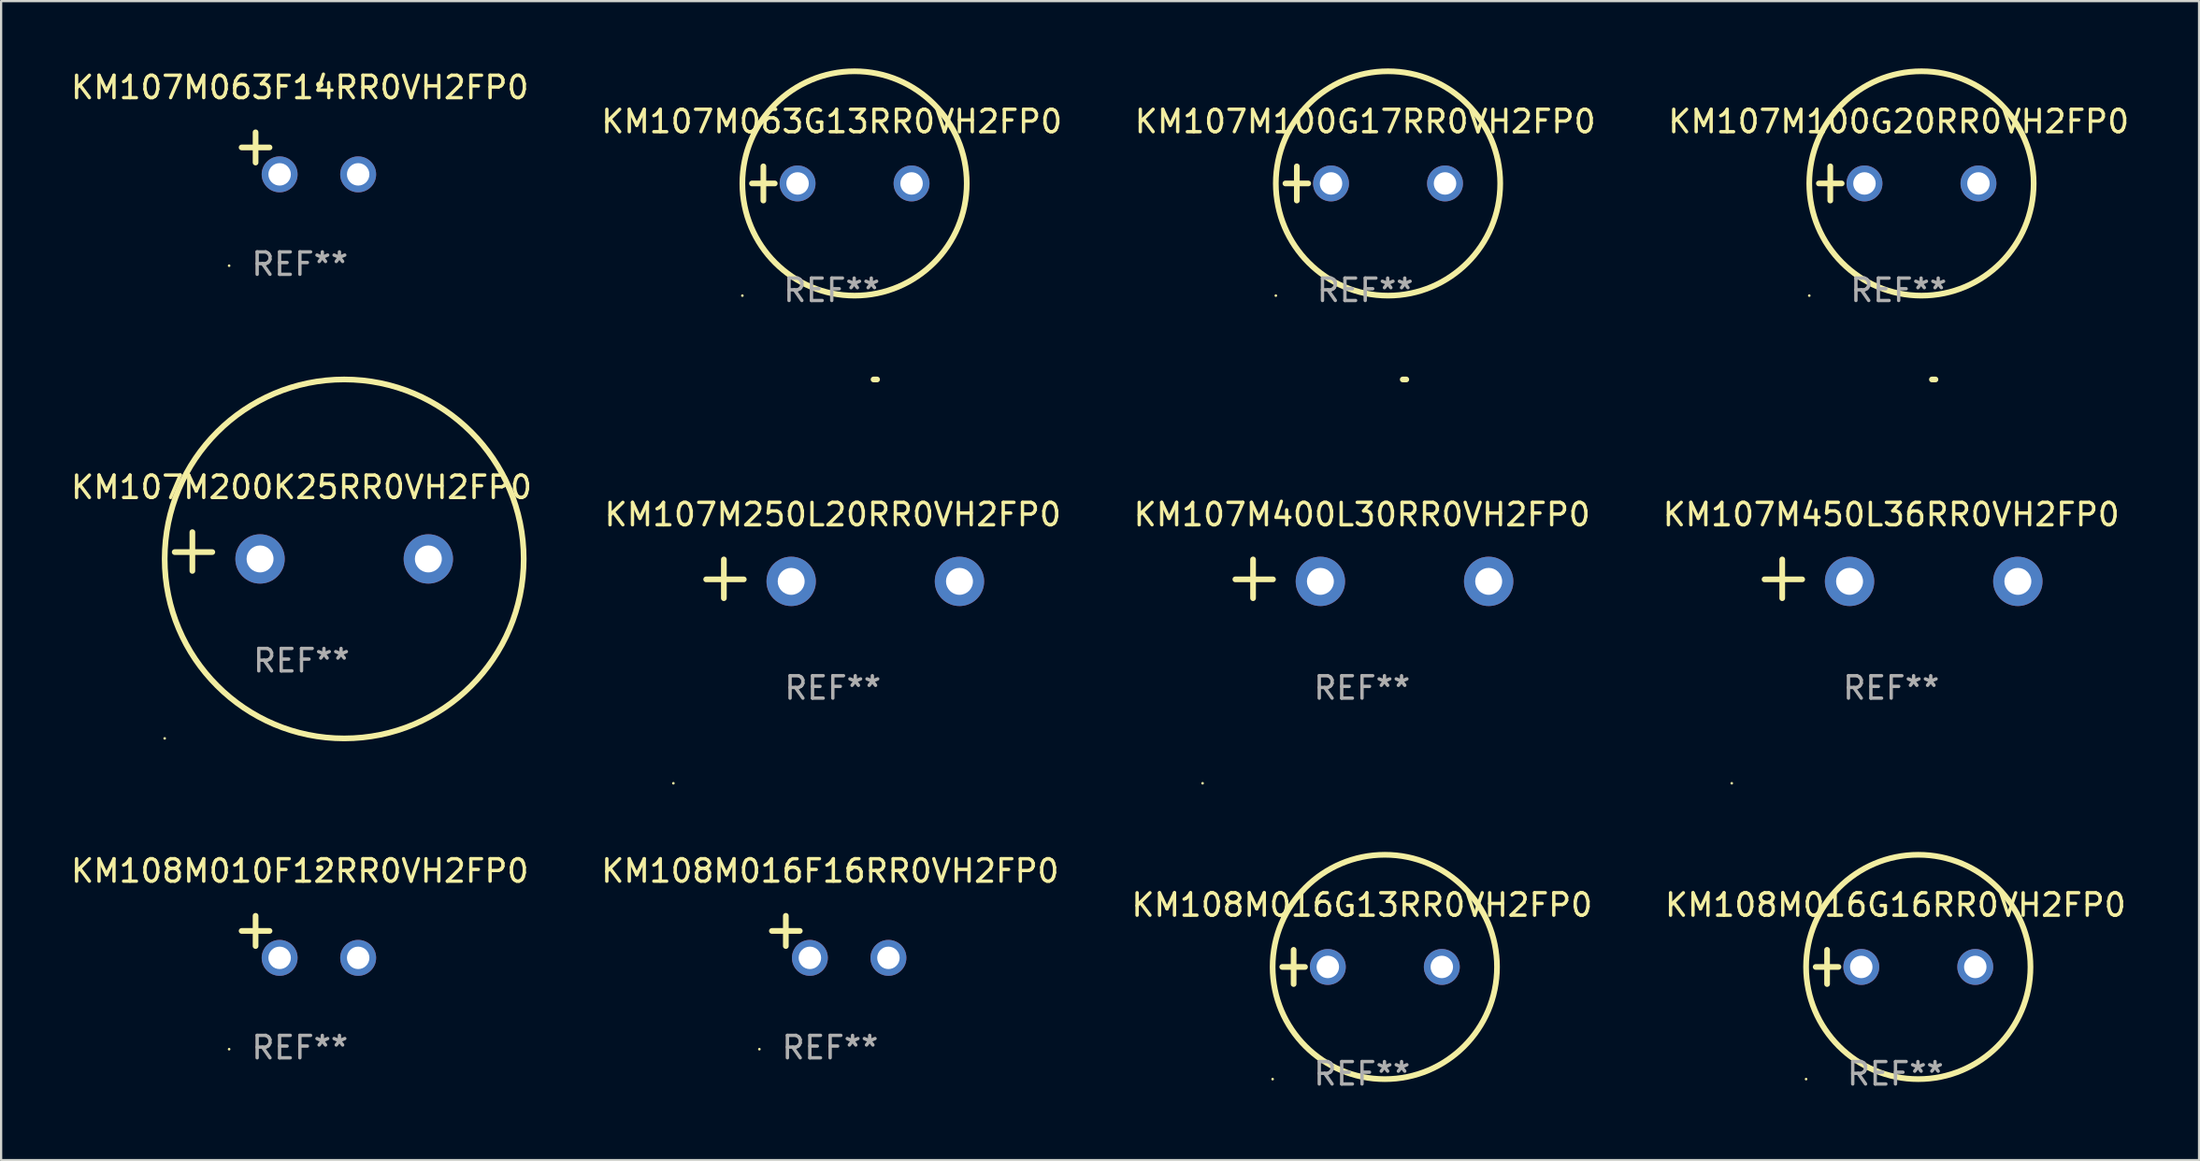
<source format=kicad_pcb>
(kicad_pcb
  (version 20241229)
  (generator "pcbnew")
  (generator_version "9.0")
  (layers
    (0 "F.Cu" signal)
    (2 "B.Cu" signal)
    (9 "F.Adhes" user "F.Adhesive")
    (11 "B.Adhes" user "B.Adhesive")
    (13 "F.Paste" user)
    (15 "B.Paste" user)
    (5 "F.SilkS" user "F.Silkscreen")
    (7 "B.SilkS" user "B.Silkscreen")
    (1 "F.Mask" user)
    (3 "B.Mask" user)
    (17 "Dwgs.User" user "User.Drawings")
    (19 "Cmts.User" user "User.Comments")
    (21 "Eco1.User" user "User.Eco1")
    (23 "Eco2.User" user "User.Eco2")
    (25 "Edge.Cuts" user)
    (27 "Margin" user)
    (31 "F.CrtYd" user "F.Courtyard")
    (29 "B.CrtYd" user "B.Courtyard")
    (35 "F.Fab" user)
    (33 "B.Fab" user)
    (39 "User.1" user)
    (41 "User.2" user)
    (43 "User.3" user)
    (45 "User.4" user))
  (footprint "KM108M010F12RR0VH2FP0"
    (layer "F.Cu")
    (at 10.315 38.709)
    (property "Reference" "KM108M010F12RR0VH2FP0" (at 0 -2.937 0) (layer "F.SilkS") (effects (font (size 1 1) (thickness 0.15))))
    (attr through_hole)
    (fp_line (start -1.975 0.41) (end -1.975 -0.937) (stroke (width 0.254) (type solid)) (layer "F.SilkS"))
    (fp_line (start -1.353 -0.263) (end -2.597 -0.263) (stroke (width 0.254) (type solid)) (layer "F.SilkS"))
    (fp_arc (start 0.849809 -3.063957) (mid 0.885369 -3.064114) (end 0.920929 -3.063957) (stroke (width 0.254001) (type solid)) (layer "F.SilkS"))
    (fp_circle (center -3.154 5.008) (end -3.124 5.008) (stroke (width 0.06) (type solid)) (fill no) (layer "F.SilkS"))
    (fp_text user "REF**" (at 0 4.937 0) (layer "F.Fab") (effects (font (size 1 1) (thickness 0.15))))
    (pad "1" thru_hole circle (at -0.903 0.937) (size 1.6 1.6) (drill 1) (layers "*.Cu" "*.Mask"))
    (pad "2" thru_hole circle (at 2.597 0.937) (size 1.6 1.6) (drill 1) (layers "*.Cu" "*.Mask")))
  (footprint "KM108M016G13RR0VH2FP0"
    (layer "F.Cu")
    (at 57.649 40.051)
    (property "Reference" "KM108M016G13RR0VH2FP0" (at 0 -2.762 0) (layer "F.SilkS") (effects (font (size 1 1) (thickness 0.15))))
    (attr through_hole)
    (fp_line (start -3.556 0) (end -2.54 0) (stroke (width 0.254) (type solid)) (layer "F.SilkS"))
    (fp_line (start -3.048 -0.762) (end -3.048 0.762) (stroke (width 0.254) (type solid)) (layer "F.SilkS"))
    (fp_circle (center -3.984 5) (end -3.954 5) (stroke (width 0.06) (type solid)) (fill no) (layer "F.SilkS"))
    (fp_circle (center 1.016 0) (end 6.016 0) (stroke (width 0.254) (type solid)) (fill no) (layer "F.SilkS"))
    (fp_text user "REF**" (at 0 4.762 0) (layer "F.Fab") (effects (font (size 1 1) (thickness 0.15))))
    (pad "1" thru_hole circle (at -1.524 0) (size 1.6 1.6) (drill 1) (layers "*.Cu" "*.Mask"))
    (pad "2" thru_hole circle (at 3.556 0) (size 1.6 1.6) (drill 1) (layers "*.Cu" "*.Mask")))
  (footprint "KM107M063F14RR0VH2FP0"
    (layer "F.Cu")
    (at 10.315 3.785)
    (property "Reference" "KM107M063F14RR0VH2FP0" (at 0 -2.937 0) (layer "F.SilkS") (effects (font (size 1 1) (thickness 0.15))))
    (attr through_hole)
    (fp_line (start -1.975 0.41) (end -1.975 -0.937) (stroke (width 0.254) (type solid)) (layer "F.SilkS"))
    (fp_line (start -1.353 -0.263) (end -2.597 -0.263) (stroke (width 0.254) (type solid)) (layer "F.SilkS"))
    (fp_arc (start 0.849809 -3.063957) (mid 0.885369 -3.064114) (end 0.920929 -3.063957) (stroke (width 0.254001) (type solid)) (layer "F.SilkS"))
    (fp_circle (center -3.154 5.008) (end -3.124 5.008) (stroke (width 0.06) (type solid)) (fill no) (layer "F.SilkS"))
    (fp_text user "REF**" (at 0 4.937 0) (layer "F.Fab") (effects (font (size 1 1) (thickness 0.15))))
    (pad "1" thru_hole circle (at -0.903 0.937) (size 1.6 1.6) (drill 1) (layers "*.Cu" "*.Mask"))
    (pad "2" thru_hole circle (at 2.597 0.937) (size 1.6 1.6) (drill 1) (layers "*.Cu" "*.Mask")))
  (footprint "KM107M063G13RR0VH2FP0"
    (layer "F.Cu")
    (at 34.018 5.127)
    (property "Reference" "KM107M063G13RR0VH2FP0" (at 0 -2.762 0) (layer "F.SilkS") (effects (font (size 1 1) (thickness 0.15))))
    (attr through_hole)
    (fp_line (start -3.556 0) (end -2.54 0) (stroke (width 0.254) (type solid)) (layer "F.SilkS"))
    (fp_line (start -3.048 -0.762) (end -3.048 0.762) (stroke (width 0.254) (type solid)) (layer "F.SilkS"))
    (fp_circle (center -3.984 5) (end -3.954 5) (stroke (width 0.06) (type solid)) (fill no) (layer "F.SilkS"))
    (fp_circle (center 1.016 0) (end 6.016 0) (stroke (width 0.254) (type solid)) (fill no) (layer "F.SilkS"))
    (fp_text user "REF**" (at 0 4.762 0) (layer "F.Fab") (effects (font (size 1 1) (thickness 0.15))))
    (pad "1" thru_hole circle (at -1.524 0) (size 1.6 1.6) (drill 1) (layers "*.Cu" "*.Mask"))
    (pad "2" thru_hole circle (at 3.556 0) (size 1.6 1.6) (drill 1) (layers "*.Cu" "*.Mask")))
  (footprint "KM108M016F16RR0VH2FP0"
    (layer "F.Cu")
    (at 33.946 38.709)
    (property "Reference" "KM108M016F16RR0VH2FP0" (at 0 -2.937 0) (layer "F.SilkS") (effects (font (size 1 1) (thickness 0.15))))
    (attr through_hole)
    (fp_line (start -1.975 0.41) (end -1.975 -0.937) (stroke (width 0.254) (type solid)) (layer "F.SilkS"))
    (fp_line (start -1.353 -0.263) (end -2.597 -0.263) (stroke (width 0.254) (type solid)) (layer "F.SilkS"))
    (fp_arc (start 0.849759 -3.063945) (mid 0.885319 -3.064102) (end 0.920879 -3.063945) (stroke (width 0.254001) (type solid)) (layer "F.SilkS"))
    (fp_circle (center -3.154 5.008) (end -3.124 5.008) (stroke (width 0.06) (type solid)) (fill no) (layer "F.SilkS"))
    (fp_text user "REF**" (at 0 4.937 0) (layer "F.Fab") (effects (font (size 1 1) (thickness 0.15))))
    (pad "1" thru_hole circle (at -0.903 0.937) (size 1.6 1.6) (drill 1) (layers "*.Cu" "*.Mask"))
    (pad "2" thru_hole circle (at 2.597 0.937) (size 1.6 1.6) (drill 1) (layers "*.Cu" "*.Mask")))
  (footprint "KM107M100G20RR0VH2FP0"
    (layer "F.Cu")
    (at 81.565 5.127)
    (property "Reference" "KM107M100G20RR0VH2FP0" (at 0 -2.762 0) (layer "F.SilkS") (effects (font (size 1 1) (thickness 0.15))))
    (attr through_hole)
    (fp_line (start -3.556 0) (end -2.54 0) (stroke (width 0.254) (type solid)) (layer "F.SilkS"))
    (fp_line (start -3.048 -0.762) (end -3.048 0.762) (stroke (width 0.254) (type solid)) (layer "F.SilkS"))
    (fp_circle (center -3.984 5) (end -3.954 5) (stroke (width 0.06) (type solid)) (fill no) (layer "F.SilkS"))
    (fp_circle (center 1.016 0) (end 6.016 0) (stroke (width 0.254) (type solid)) (fill no) (layer "F.SilkS"))
    (fp_text user "REF**" (at 0 4.762 0) (layer "F.Fab") (effects (font (size 1 1) (thickness 0.15))))
    (pad "1" thru_hole circle (at -1.524 0) (size 1.6 1.6) (drill 1) (layers "*.Cu" "*.Mask"))
    (pad "2" thru_hole circle (at 3.556 0) (size 1.6 1.6) (drill 1) (layers "*.Cu" "*.Mask")))
  (footprint "KM107M400L30RR0VH2FP0"
    (layer "F.Cu")
    (at 57.649 22.75)
    (property "Reference" "KM107M400L30RR0VH2FP0" (at 0 -2.864 0) (layer "F.SilkS") (effects (font (size 1 1) (thickness 0.15))))
    (attr through_hole)
    (fp_line (start -4.856 0.864) (end -4.856 -0.864) (stroke (width 0.254) (type solid)) (layer "F.SilkS"))
    (fp_line (start -3.967 0.025) (end -5.644 0.025) (stroke (width 0.254) (type solid)) (layer "F.SilkS"))
    (fp_arc (start 1.815024 -8.885649) (mid 1.893764 -8.88599) (end 1.972504 -8.885649) (stroke (width 0.254001) (type solid)) (layer "F.SilkS"))
    (fp_circle (center -7.106 9.114) (end -7.076 9.114) (stroke (width 0.06) (type solid)) (fill no) (layer "F.SilkS"))
    (fp_text user "REF**" (at 0 4.864 0) (layer "F.Fab") (effects (font (size 1 1) (thickness 0.15))))
    (pad "1" thru_hole circle (at -1.856 0.114) (size 2.2 2.2) (drill 1.2) (layers "*.Cu" "*.Mask"))
    (pad "2" thru_hole circle (at 5.644 0.114) (size 2.2 2.2) (drill 1.2) (layers "*.Cu" "*.Mask")))
  (footprint "KM107M100G17RR0VH2FP0"
    (layer "F.Cu")
    (at 57.792 5.127)
    (property "Reference" "KM107M100G17RR0VH2FP0" (at 0 -2.762 0) (layer "F.SilkS") (effects (font (size 1 1) (thickness 0.15))))
    (attr through_hole)
    (fp_line (start -3.556 0) (end -2.54 0) (stroke (width 0.254) (type solid)) (layer "F.SilkS"))
    (fp_line (start -3.048 -0.762) (end -3.048 0.762) (stroke (width 0.254) (type solid)) (layer "F.SilkS"))
    (fp_circle (center -3.984 5) (end -3.954 5) (stroke (width 0.06) (type solid)) (fill no) (layer "F.SilkS"))
    (fp_circle (center 1.016 0) (end 6.016 0) (stroke (width 0.254) (type solid)) (fill no) (layer "F.SilkS"))
    (fp_text user "REF**" (at 0 4.762 0) (layer "F.Fab") (effects (font (size 1 1) (thickness 0.15))))
    (pad "1" thru_hole circle (at -1.524 0) (size 1.6 1.6) (drill 1) (layers "*.Cu" "*.Mask"))
    (pad "2" thru_hole circle (at 3.556 0) (size 1.6 1.6) (drill 1) (layers "*.Cu" "*.Mask")))
  (footprint "KM108M016G16RR0VH2FP0"
    (layer "F.Cu")
    (at 81.423 40.051)
    (property "Reference" "KM108M016G16RR0VH2FP0" (at 0 -2.762 0) (layer "F.SilkS") (effects (font (size 1 1) (thickness 0.15))))
    (attr through_hole)
    (fp_line (start -3.556 0) (end -2.54 0) (stroke (width 0.254) (type solid)) (layer "F.SilkS"))
    (fp_line (start -3.048 -0.762) (end -3.048 0.762) (stroke (width 0.254) (type solid)) (layer "F.SilkS"))
    (fp_circle (center -3.984 5) (end -3.954 5) (stroke (width 0.06) (type solid)) (fill no) (layer "F.SilkS"))
    (fp_circle (center 1.016 0) (end 6.016 0) (stroke (width 0.254) (type solid)) (fill no) (layer "F.SilkS"))
    (fp_text user "REF**" (at 0 4.762 0) (layer "F.Fab") (effects (font (size 1 1) (thickness 0.15))))
    (pad "1" thru_hole circle (at -1.524 0) (size 1.6 1.6) (drill 1) (layers "*.Cu" "*.Mask"))
    (pad "2" thru_hole circle (at 3.556 0) (size 1.6 1.6) (drill 1) (layers "*.Cu" "*.Mask")))
  (footprint "KM107M200K25RR0VH2FP0"
    (layer "F.Cu")
    (at 10.387 21.534)
    (property "Reference" "KM107M200K25RR0VH2FP0" (at 0 -2.864 0) (layer "F.SilkS") (effects (font (size 1 1) (thickness 0.15))))
    (attr through_hole)
    (fp_line (start -4.864 0.864) (end -4.864 -0.864) (stroke (width 0.254) (type solid)) (layer "F.SilkS"))
    (fp_line (start -3.975 0.025) (end -5.652 0.025) (stroke (width 0.254) (type solid)) (layer "F.SilkS"))
    (fp_circle (center -6.098 8.33) (end -6.068 8.33) (stroke (width 0.06) (type solid)) (fill no) (layer "F.SilkS"))
    (fp_circle (center 1.902 0.33) (end 9.902 0.33) (stroke (width 0.254) (type solid)) (fill no) (layer "F.SilkS"))
    (fp_text user "REF**" (at 0 4.864 0) (layer "F.Fab") (effects (font (size 1 1) (thickness 0.15))))
    (pad "1" thru_hole circle (at -1.848 0.33) (size 2.2 2.2) (drill 1.2) (layers "*.Cu" "*.Mask"))
    (pad "2" thru_hole circle (at 5.652 0.33) (size 2.2 2.2) (drill 1.2) (layers "*.Cu" "*.Mask")))
  (footprint "KM107M450L36RR0VH2FP0"
    (layer "F.Cu")
    (at 81.232 22.75)
    (property "Reference" "KM107M450L36RR0VH2FP0" (at 0 -2.864 0) (layer "F.SilkS") (effects (font (size 1 1) (thickness 0.15))))
    (attr through_hole)
    (fp_line (start -4.856 0.864) (end -4.856 -0.864) (stroke (width 0.254) (type solid)) (layer "F.SilkS"))
    (fp_line (start -3.967 0.025) (end -5.644 0.025) (stroke (width 0.254) (type solid)) (layer "F.SilkS"))
    (fp_arc (start 1.815024 -8.885649) (mid 1.893764 -8.88599) (end 1.972504 -8.885649) (stroke (width 0.254001) (type solid)) (layer "F.SilkS"))
    (fp_circle (center -7.106 9.114) (end -7.076 9.114) (stroke (width 0.06) (type solid)) (fill no) (layer "F.SilkS"))
    (fp_text user "REF**" (at 0 4.864 0) (layer "F.Fab") (effects (font (size 1 1) (thickness 0.15))))
    (pad "1" thru_hole circle (at -1.856 0.114) (size 2.2 2.2) (drill 1.2) (layers "*.Cu" "*.Mask"))
    (pad "2" thru_hole circle (at 5.644 0.114) (size 2.2 2.2) (drill 1.2) (layers "*.Cu" "*.Mask")))
  (footprint "KM107M250L20RR0VH2FP0"
    (layer "F.Cu")
    (at 34.065 22.75)
    (property "Reference" "KM107M250L20RR0VH2FP0" (at 0 -2.864 0) (layer "F.SilkS") (effects (font (size 1 1) (thickness 0.15))))
    (attr through_hole)
    (fp_line (start -4.856 0.864) (end -4.856 -0.864) (stroke (width 0.254) (type solid)) (layer "F.SilkS"))
    (fp_line (start -3.967 0.025) (end -5.644 0.025) (stroke (width 0.254) (type solid)) (layer "F.SilkS"))
    (fp_arc (start 1.815024 -8.885649) (mid 1.893764 -8.88599) (end 1.972504 -8.885649) (stroke (width 0.254001) (type solid)) (layer "F.SilkS"))
    (fp_circle (center -7.106 9.114) (end -7.076 9.114) (stroke (width 0.06) (type solid)) (fill no) (layer "F.SilkS"))
    (fp_text user "REF**" (at 0 4.864 0) (layer "F.Fab") (effects (font (size 1 1) (thickness 0.15))))
    (pad "1" thru_hole circle (at -1.856 0.114) (size 2.2 2.2) (drill 1.2) (layers "*.Cu" "*.Mask"))
    (pad "2" thru_hole circle (at 5.644 0.114) (size 2.2 2.2) (drill 1.2) (layers "*.Cu" "*.Mask")))
  (gr_rect
    (start -3 -3)
    (end 94.952 48.661)
    (stroke (width 0.1) (type default))
    (fill no)
    (layer "Edge.Cuts")))
</source>
